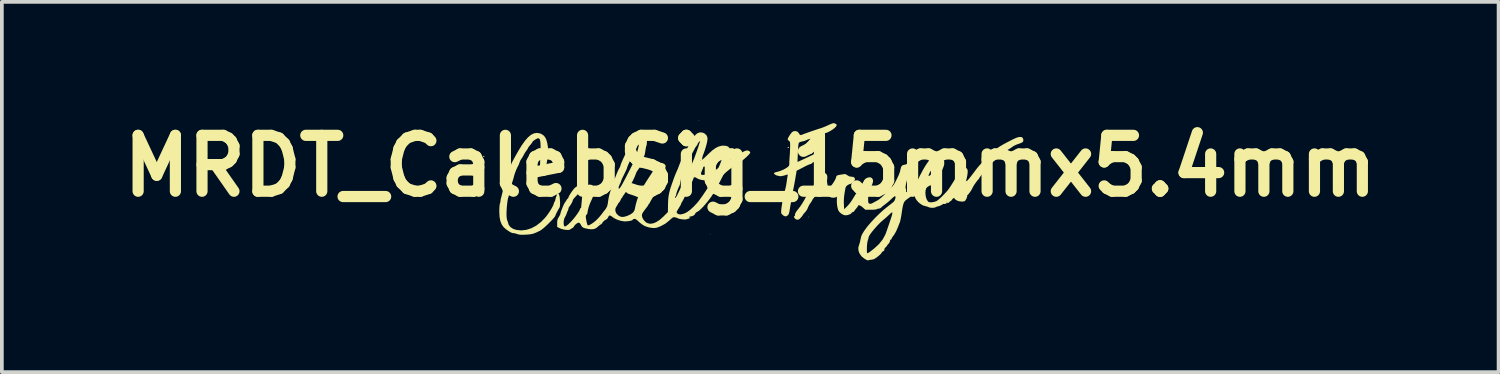
<source format=kicad_pcb>
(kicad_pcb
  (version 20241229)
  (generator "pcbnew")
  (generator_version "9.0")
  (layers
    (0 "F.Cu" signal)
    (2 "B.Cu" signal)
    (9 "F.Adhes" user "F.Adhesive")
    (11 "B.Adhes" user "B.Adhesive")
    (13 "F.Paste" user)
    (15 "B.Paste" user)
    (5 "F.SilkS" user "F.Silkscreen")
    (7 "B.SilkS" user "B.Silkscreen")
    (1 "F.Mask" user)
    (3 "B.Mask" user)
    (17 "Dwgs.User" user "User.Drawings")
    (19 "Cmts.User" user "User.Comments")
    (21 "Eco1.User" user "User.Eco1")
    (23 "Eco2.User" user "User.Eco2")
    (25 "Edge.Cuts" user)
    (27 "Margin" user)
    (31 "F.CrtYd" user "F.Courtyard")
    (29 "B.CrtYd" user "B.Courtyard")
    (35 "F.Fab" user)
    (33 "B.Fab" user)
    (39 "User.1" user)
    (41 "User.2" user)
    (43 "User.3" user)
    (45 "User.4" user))
  (footprint "MRDT_CalebSig_15mmx5.4mm"
    (layer "F.Cu")
    (at 17.086 1.404)
    (property "Reference" "MRDT_CalebSig_15mmx5.4mm" (at 0 0 0) (layer "F.SilkS") (effects (font (size 1.5 1.5) (thickness 0.3))))
    (attr board_only exclude_from_pos_files exclude_from_bom)
    (fp_poly (pts (xy -1.371 -1.228) (xy -1.378 -1.22) (xy -1.386 -1.228) (xy -1.378 -1.235)) (stroke (width 0) (type solid)) (fill yes) (layer "F.SilkS"))
    (fp_poly (pts (xy -1.07 1.83) (xy -1.077 1.838) (xy -1.085 1.83) (xy -1.077 1.823)) (stroke (width 0) (type solid)) (fill yes) (layer "F.SilkS"))
    (fp_poly (pts (xy 1.562 1.361) (xy 1.564 1.379) (xy 1.562 1.381) (xy 1.553 1.379) (xy 1.552 1.371) (xy 1.557 1.359)) (stroke (width 0) (type solid)) (fill yes) (layer "F.SilkS"))
    (fp_poly (pts (xy -7.132 -0.264) (xy -7.133 -0.256) (xy -7.153 -0.242) (xy -7.157 -0.241) (xy -7.171 -0.253) (xy -7.171 -0.256) (xy -7.159 -0.269) (xy -7.148 -0.271)) (stroke (width 0) (type solid)) (fill yes) (layer "F.SilkS"))
    (fp_poly (pts (xy 1.037 -0.504) (xy 1.04 -0.497) (xy 1.029 -0.483) (xy 1.025 -0.482) (xy 1.005 -0.493) (xy 1.002 -0.497) (xy 1.005 -0.51) (xy 1.016 -0.512)) (stroke (width 0) (type solid)) (fill yes) (layer "F.SilkS"))
    (fp_poly (pts (xy 2.257 -1.146) (xy 2.275 -1.14) (xy 2.311 -1.119) (xy 2.32 -1.09) (xy 2.301 -1.055) (xy 2.255 -1.011) (xy 2.209 -0.977) (xy 2.154 -0.942) (xy 2.103 -0.914) (xy 2.064 -0.897) (xy 2.058 -0.895) (xy 2.01 -0.878) (xy 1.971 -0.857) (xy 1.939 -0.838) (xy 1.918 -0.832) (xy 1.917 -0.832) (xy 1.897 -0.829) (xy 1.859 -0.816) (xy 1.83 -0.804) (xy 1.764 -0.778) (xy 1.694 -0.753) (xy 1.629 -0.732) (xy 1.581 -0.72) (xy 1.574 -0.719) (xy 1.54 -0.708) (xy 1.499 -0.69) (xy 1.496 -0.688) (xy 1.456 -0.671) (xy 1.424 -0.663) (xy 1.422 -0.663) (xy 1.39 -0.658) (xy 1.348 -0.646) (xy 1.347 -0.645) (xy 1.319 -0.633) (xy 1.304 -0.617) (xy 1.295 -0.588) (xy 1.29 -0.538) (xy 1.289 -0.536) (xy 1.285 -0.481) (xy 1.281 -0.408) (xy 1.277 -0.327) (xy 1.275 -0.276) (xy 1.268 -0.107) (xy 1.346 -0.142) (xy 1.483 -0.205) (xy 1.594 -0.258) (xy 1.683 -0.302) (xy 1.751 -0.339) (xy 1.78 -0.355) (xy 1.836 -0.388) (xy 1.875 -0.403) (xy 1.903 -0.402) (xy 1.926 -0.386) (xy 1.935 -0.378) (xy 1.953 -0.339) (xy 1.942 -0.294) (xy 1.904 -0.246) (xy 1.867 -0.214) (xy 1.822 -0.18) (xy 1.781 -0.148) (xy 1.765 -0.135) (xy 1.732 -0.114) (xy 1.707 -0.105) (xy 1.679 -0.094) (xy 1.664 -0.079) (xy 1.64 -0.058) (xy 1.625 -0.052) (xy 1.599 -0.046) (xy 1.557 -0.029) (xy 1.51 -0.008) (xy 1.468 0.013) (xy 1.461 0.017) (xy 1.437 0.03) (xy 1.395 0.052) (xy 1.344 0.078) (xy 1.342 0.079) (xy 1.245 0.128) (xy 1.225 0.249) (xy 1.198 0.407) (xy 1.173 0.541) (xy 1.152 0.648) (xy 1.133 0.728) (xy 1.121 0.771) (xy 1.109 0.819) (xy 1.105 0.86) (xy 1.107 0.873) (xy 1.109 0.909) (xy 1.102 0.952) (xy 1.102 0.953) (xy 1.093 0.989) (xy 1.081 1.046) (xy 1.07 1.113) (xy 1.064 1.149) (xy 1.052 1.222) (xy 1.04 1.271) (xy 1.027 1.302) (xy 1.01 1.323) (xy 1.007 1.326) (xy 0.969 1.35) (xy 0.933 1.352) (xy 0.89 1.331) (xy 0.878 1.322) (xy 0.839 1.284) (xy 0.829 1.25) (xy 0.832 1.182) (xy 0.843 1.093) (xy 0.859 0.989) (xy 0.88 0.878) (xy 0.904 0.766) (xy 0.929 0.662) (xy 0.942 0.618) (xy 0.953 0.57) (xy 0.966 0.505) (xy 0.977 0.435) (xy 0.979 0.422) (xy 0.988 0.358) (xy 0.996 0.303) (xy 1.002 0.265) (xy 1.003 0.258) (xy 1.005 0.233) (xy 0.992 0.23) (xy 0.984 0.233) (xy 0.938 0.249) (xy 0.886 0.263) (xy 0.838 0.272) (xy 0.803 0.276) (xy 0.792 0.275) (xy 0.766 0.267) (xy 0.745 0.264) (xy 0.711 0.256) (xy 0.674 0.237) (xy 0.646 0.214) (xy 0.636 0.194) (xy 0.636 0.192) (xy 0.653 0.18) (xy 0.69 0.167) (xy 0.724 0.158) (xy 0.79 0.14) (xy 0.859 0.112) (xy 0.926 0.08) (xy 0.984 0.045) (xy 1.024 0.013) (xy 1.04 -0.009) (xy 1.049 -0.041) (xy 1.049 -0.058) (xy 1.048 -0.076) (xy 1.049 -0.118) (xy 1.052 -0.176) (xy 1.056 -0.226) (xy 1.062 -0.311) (xy 1.067 -0.404) (xy 1.07 -0.488) (xy 1.071 -0.516) (xy 1.071 -0.581) (xy 1.069 -0.622) (xy 1.062 -0.648) (xy 1.05 -0.666) (xy 1.033 -0.679) (xy 1.014 -0.696) (xy 1.005 -0.712) (xy 1.008 -0.733) (xy 1.023 -0.765) (xy 1.052 -0.813) (xy 1.074 -0.847) (xy 1.115 -0.901) (xy 1.156 -0.929) (xy 1.204 -0.937) (xy 1.22 -0.935) (xy 1.272 -0.918) (xy 1.306 -0.877) (xy 1.312 -0.863) (xy 1.334 -0.837) (xy 1.365 -0.828) (xy 1.391 -0.838) (xy 1.407 -0.846) (xy 1.447 -0.861) (xy 1.505 -0.882) (xy 1.574 -0.907) (xy 1.65 -0.933) (xy 1.727 -0.959) (xy 1.8 -0.984) (xy 1.863 -1.004) (xy 1.899 -1.015) (xy 1.944 -1.031) (xy 2.005 -1.055) (xy 2.072 -1.085) (xy 2.098 -1.096) (xy 2.161 -1.125) (xy 2.203 -1.141) (xy 2.233 -1.148)) (stroke (width 0) (type solid)) (fill yes) (layer "F.SilkS"))
    (fp_poly (pts (xy -5.644 -0.873) (xy -5.61 -0.86) (xy -5.553 -0.825) (xy -5.508 -0.775) (xy -5.474 -0.707) (xy -5.448 -0.617) (xy -5.429 -0.501) (xy -5.427 -0.452) (xy -5.429 -0.383) (xy -5.434 -0.304) (xy -5.442 -0.221) (xy -5.451 -0.145) (xy -5.461 -0.082) (xy -5.471 -0.043) (xy -5.478 -0.011) (xy -5.484 0.043) (xy -5.488 0.107) (xy -5.489 0.13) (xy -5.49 0.194) (xy -5.493 0.233) (xy -5.499 0.255) (xy -5.51 0.264) (xy -5.528 0.268) (xy -5.531 0.268) (xy -5.565 0.263) (xy -5.6 0.237) (xy -5.611 0.224) (xy -5.63 0.2) (xy -5.642 0.178) (xy -5.648 0.151) (xy -5.649 0.111) (xy -5.647 0.05) (xy -5.645 0.023) (xy -5.637 -0.156) (xy -5.631 -0.308) (xy -5.627 -0.433) (xy -5.627 -0.534) (xy -5.63 -0.613) (xy -5.637 -0.671) (xy -5.648 -0.711) (xy -5.664 -0.734) (xy -5.684 -0.743) (xy -5.711 -0.74) (xy -5.742 -0.725) (xy -5.78 -0.702) (xy -5.785 -0.699) (xy -5.82 -0.673) (xy -5.842 -0.651) (xy -5.845 -0.644) (xy -5.855 -0.626) (xy -5.879 -0.593) (xy -5.906 -0.561) (xy -5.938 -0.523) (xy -5.959 -0.492) (xy -5.966 -0.478) (xy -5.975 -0.459) (xy -5.996 -0.426) (xy -6.01 -0.408) (xy -6.044 -0.359) (xy -6.075 -0.305) (xy -6.081 -0.293) (xy -6.107 -0.244) (xy -6.137 -0.198) (xy -6.142 -0.191) (xy -6.169 -0.149) (xy -6.191 -0.097) (xy -6.194 -0.086) (xy -6.213 -0.035) (xy -6.236 0.011) (xy -6.241 0.018) (xy -6.257 0.05) (xy -6.28 0.101) (xy -6.303 0.16) (xy -6.324 0.218) (xy -6.338 0.266) (xy -6.341 0.279) (xy -6.349 0.31) (xy -6.362 0.357) (xy -6.378 0.408) (xy -6.392 0.453) (xy -6.403 0.48) (xy -6.403 0.482) (xy -6.419 0.523) (xy -6.436 0.589) (xy -6.454 0.672) (xy -6.464 0.723) (xy -6.474 0.777) (xy -6.486 0.822) (xy -6.494 0.844) (xy -6.503 0.875) (xy -6.513 0.928) (xy -6.522 0.998) (xy -6.531 1.077) (xy -6.537 1.159) (xy -6.541 1.236) (xy -6.542 1.301) (xy -6.542 1.307) (xy -6.539 1.369) (xy -6.532 1.424) (xy -6.523 1.46) (xy -6.521 1.465) (xy -6.506 1.5) (xy -6.501 1.522) (xy -6.481 1.585) (xy -6.435 1.641) (xy -6.368 1.686) (xy -6.285 1.715) (xy -6.281 1.716) (xy -6.146 1.73) (xy -6.01 1.715) (xy -5.875 1.672) (xy -5.744 1.602) (xy -5.618 1.505) (xy -5.5 1.384) (xy -5.454 1.326) (xy -5.406 1.259) (xy -5.361 1.19) (xy -5.322 1.123) (xy -5.292 1.065) (xy -5.275 1.022) (xy -5.272 1.008) (xy -5.263 0.98) (xy -5.25 0.958) (xy -5.232 0.92) (xy -5.228 0.895) (xy -5.221 0.858) (xy -5.206 0.821) (xy -5.193 0.785) (xy -5.193 0.759) (xy -5.191 0.742) (xy -5.172 0.739) (xy -5.148 0.751) (xy -5.136 0.762) (xy -5.124 0.791) (xy -5.114 0.842) (xy -5.108 0.905) (xy -5.104 0.973) (xy -5.105 1.036) (xy -5.11 1.088) (xy -5.119 1.118) (xy -5.12 1.12) (xy -5.137 1.145) (xy -5.159 1.185) (xy -5.184 1.232) (xy -5.207 1.277) (xy -5.223 1.313) (xy -5.228 1.328) (xy -5.238 1.351) (xy -5.268 1.39) (xy -5.311 1.44) (xy -5.365 1.496) (xy -5.424 1.555) (xy -5.485 1.613) (xy -5.542 1.664) (xy -5.593 1.705) (xy -5.632 1.732) (xy -5.637 1.735) (xy -5.719 1.775) (xy -5.784 1.803) (xy -5.84 1.822) (xy -5.898 1.833) (xy -5.965 1.84) (xy -6.019 1.844) (xy -6.098 1.847) (xy -6.156 1.847) (xy -6.201 1.842) (xy -6.242 1.832) (xy -6.266 1.824) (xy -6.313 1.81) (xy -6.351 1.802) (xy -6.365 1.803) (xy -6.391 1.799) (xy -6.432 1.78) (xy -6.483 1.75) (xy -6.536 1.713) (xy -6.585 1.674) (xy -6.624 1.636) (xy -6.624 1.636) (xy -6.673 1.564) (xy -6.708 1.475) (xy -6.728 1.366) (xy -6.735 1.232) (xy -6.735 1.197) (xy -6.733 1.128) (xy -6.729 1.068) (xy -6.723 1.025) (xy -6.719 1.009) (xy -6.706 0.97) (xy -6.704 0.947) (xy -6.7 0.908) (xy -6.69 0.867) (xy -6.682 0.836) (xy -6.668 0.782) (xy -6.651 0.712) (xy -6.633 0.634) (xy -6.627 0.61) (xy -6.599 0.492) (xy -6.569 0.382) (xy -6.541 0.285) (xy -6.514 0.204) (xy -6.491 0.143) (xy -6.472 0.107) (xy -6.469 0.104) (xy -6.452 0.079) (xy -6.45 0.066) (xy -6.447 0.041) (xy -6.444 0.03) (xy -6.433 -0.002) (xy -6.423 -0.03) (xy -6.407 -0.068) (xy -6.378 -0.127) (xy -6.339 -0.199) (xy -6.294 -0.281) (xy -6.246 -0.366) (xy -6.197 -0.449) (xy -6.151 -0.525) (xy -6.135 -0.55) (xy -6.047 -0.674) (xy -5.964 -0.769) (xy -5.883 -0.836) (xy -5.804 -0.875) (xy -5.724 -0.887)) (stroke (width 0) (type solid)) (fill yes) (layer "F.SilkS"))
    (fp_poly (pts (xy 7.276 -0.777) (xy 7.312 -0.754) (xy 7.329 -0.71) (xy 7.33 -0.695) (xy 7.327 -0.664) (xy 7.309 -0.64) (xy 7.272 -0.618) (xy 7.212 -0.596) (xy 7.19 -0.589) (xy 7.13 -0.566) (xy 7.072 -0.537) (xy 7.04 -0.516) (xy 6.992 -0.482) (xy 6.943 -0.451) (xy 6.93 -0.444) (xy 6.887 -0.42) (xy 6.84 -0.391) (xy 6.801 -0.364) (xy 6.779 -0.346) (xy 6.763 -0.334) (xy 6.731 -0.312) (xy 6.715 -0.301) (xy 6.682 -0.277) (xy 6.661 -0.259) (xy 6.659 -0.254) (xy 6.649 -0.24) (xy 6.622 -0.211) (xy 6.582 -0.172) (xy 6.566 -0.156) (xy 6.483 -0.077) (xy 6.418 -0.013) (xy 6.367 0.041) (xy 6.325 0.088) (xy 6.289 0.133) (xy 6.263 0.168) (xy 6.226 0.218) (xy 6.194 0.26) (xy 6.172 0.288) (xy 6.17 0.29) (xy 6.152 0.316) (xy 6.147 0.33) (xy 6.137 0.348) (xy 6.135 0.349) (xy 6.117 0.366) (xy 6.088 0.401) (xy 6.054 0.447) (xy 6.019 0.497) (xy 5.989 0.544) (xy 5.969 0.581) (xy 5.967 0.588) (xy 5.948 0.625) (xy 5.921 0.67) (xy 5.89 0.715) (xy 5.86 0.754) (xy 5.837 0.778) (xy 5.828 0.783) (xy 5.821 0.794) (xy 5.824 0.803) (xy 5.821 0.827) (xy 5.807 0.865) (xy 5.797 0.887) (xy 5.774 0.926) (xy 5.753 0.946) (xy 5.72 0.954) (xy 5.687 0.956) (xy 5.627 0.952) (xy 5.568 0.936) (xy 5.52 0.913) (xy 5.491 0.885) (xy 5.489 0.881) (xy 5.471 0.86) (xy 5.446 0.868) (xy 5.416 0.904) (xy 5.392 0.934) (xy 5.371 0.949) (xy 5.369 0.949) (xy 5.349 0.961) (xy 5.343 0.972) (xy 5.323 0.989) (xy 5.297 0.994) (xy 5.264 1) (xy 5.249 1.011) (xy 5.228 1.021) (xy 5.203 1.02) (xy 5.176 1.019) (xy 5.167 1.025) (xy 5.155 1.037) (xy 5.124 1.053) (xy 5.086 1.07) (xy 5.05 1.083) (xy 5.027 1.087) (xy 5.026 1.087) (xy 5.005 1.092) (xy 4.995 1.099) (xy 4.958 1.115) (xy 4.905 1.123) (xy 4.848 1.122) (xy 4.8 1.111) (xy 4.791 1.108) (xy 4.746 1.089) (xy 4.704 1.079) (xy 4.64 1.061) (xy 4.575 1.023) (xy 4.513 0.973) (xy 4.462 0.914) (xy 4.427 0.855) (xy 4.414 0.801) (xy 4.41 0.777) (xy 4.396 0.771) (xy 4.367 0.783) (xy 4.32 0.814) (xy 4.275 0.846) (xy 4.233 0.875) (xy 4.218 0.886) (xy 4.182 0.913) (xy 4.153 0.94) (xy 4.131 0.971) (xy 4.113 1.013) (xy 4.098 1.068) (xy 4.083 1.142) (xy 4.068 1.239) (xy 4.061 1.288) (xy 4.049 1.361) (xy 4.036 1.429) (xy 4.024 1.482) (xy 4.017 1.507) (xy 4 1.548) (xy 3.978 1.605) (xy 3.957 1.659) (xy 3.913 1.759) (xy 3.863 1.846) (xy 3.82 1.902) (xy 3.801 1.932) (xy 3.796 1.951) (xy 3.784 1.971) (xy 3.774 1.974) (xy 3.756 1.987) (xy 3.751 2.012) (xy 3.74 2.05) (xy 3.714 2.085) (xy 3.688 2.112) (xy 3.676 2.131) (xy 3.676 2.132) (xy 3.666 2.149) (xy 3.641 2.175) (xy 3.638 2.178) (xy 3.613 2.205) (xy 3.602 2.224) (xy 3.602 2.225) (xy 3.599 2.263) (xy 3.57 2.289) (xy 3.563 2.293) (xy 3.535 2.311) (xy 3.525 2.328) (xy 3.519 2.343) (xy 3.498 2.366) (xy 3.46 2.401) (xy 3.401 2.449) (xy 3.388 2.459) (xy 3.325 2.5) (xy 3.266 2.515) (xy 3.253 2.516) (xy 3.211 2.521) (xy 3.18 2.53) (xy 3.158 2.534) (xy 3.125 2.524) (xy 3.077 2.497) (xy 3.068 2.491) (xy 2.992 2.431) (xy 2.938 2.358) (xy 2.906 2.279) (xy 2.903 2.234) (xy 3.13 2.234) (xy 3.132 2.324) (xy 3.136 2.338) (xy 3.149 2.34) (xy 3.173 2.33) (xy 3.211 2.305) (xy 3.266 2.263) (xy 3.334 2.209) (xy 3.456 2.096) (xy 3.554 1.973) (xy 3.625 1.844) (xy 3.643 1.798) (xy 3.694 1.651) (xy 3.736 1.529) (xy 3.768 1.433) (xy 3.792 1.359) (xy 3.807 1.305) (xy 3.814 1.27) (xy 3.813 1.251) (xy 3.805 1.246) (xy 3.789 1.255) (xy 3.767 1.273) (xy 3.738 1.3) (xy 3.731 1.307) (xy 3.676 1.358) (xy 3.612 1.414) (xy 3.567 1.451) (xy 3.512 1.499) (xy 3.451 1.559) (xy 3.388 1.626) (xy 3.327 1.695) (xy 3.272 1.762) (xy 3.227 1.822) (xy 3.195 1.872) (xy 3.179 1.906) (xy 3.179 1.912) (xy 3.174 1.934) (xy 3.163 1.974) (xy 3.155 1.997) (xy 3.142 2.056) (xy 3.133 2.138) (xy 3.13 2.234) (xy 2.903 2.234) (xy 2.9 2.198) (xy 2.917 2.131) (xy 2.935 2.078) (xy 2.951 2.018) (xy 2.953 2.005) (xy 2.968 1.935) (xy 2.982 1.881) (xy 3.002 1.835) (xy 3.031 1.785) (xy 3.073 1.721) (xy 3.075 1.719) (xy 3.147 1.622) (xy 3.238 1.515) (xy 3.341 1.404) (xy 3.45 1.296) (xy 3.558 1.196) (xy 3.643 1.126) (xy 3.706 1.076) (xy 3.763 1.031) (xy 3.81 0.994) (xy 3.84 0.97) (xy 3.842 0.968) (xy 3.871 0.933) (xy 3.891 0.887) (xy 3.9 0.842) (xy 3.893 0.812) (xy 3.878 0.813) (xy 3.847 0.834) (xy 3.802 0.873) (xy 3.798 0.877) (xy 3.746 0.926) (xy 3.691 0.974) (xy 3.646 1.01) (xy 3.605 1.042) (xy 3.571 1.067) (xy 3.558 1.077) (xy 3.532 1.1) (xy 3.513 1.119) (xy 3.48 1.139) (xy 3.447 1.145) (xy 3.414 1.15) (xy 3.397 1.16) (xy 3.379 1.167) (xy 3.337 1.172) (xy 3.279 1.175) (xy 3.238 1.175) (xy 3.088 1.175) (xy 3.022 1.115) (xy 2.978 1.08) (xy 2.938 1.059) (xy 2.908 1.054) (xy 2.893 1.066) (xy 2.893 1.072) (xy 2.883 1.092) (xy 2.859 1.125) (xy 2.84 1.147) (xy 2.81 1.183) (xy 2.791 1.211) (xy 2.787 1.22) (xy 2.774 1.233) (xy 2.758 1.235) (xy 2.73 1.247) (xy 2.72 1.262) (xy 2.7 1.283) (xy 2.66 1.303) (xy 2.609 1.319) (xy 2.557 1.325) (xy 2.55 1.325) (xy 2.505 1.314) (xy 2.453 1.286) (xy 2.405 1.248) (xy 2.372 1.208) (xy 2.369 1.202) (xy 2.347 1.14) (xy 2.332 1.061) (xy 2.324 0.976) (xy 2.325 0.9) (xy 2.327 0.851) (xy 2.323 0.82) (xy 2.318 0.814) (xy 2.31 0.823) (xy 2.312 0.828) (xy 2.304 0.838) (xy 2.274 0.848) (xy 2.255 0.852) (xy 2.189 0.851) (xy 2.121 0.827) (xy 2.047 0.779) (xy 1.981 0.721) (xy 1.938 0.685) (xy 1.898 0.658) (xy 1.872 0.648) (xy 1.871 0.648) (xy 1.847 0.66) (xy 1.815 0.689) (xy 1.783 0.728) (xy 1.758 0.766) (xy 1.748 0.797) (xy 1.748 0.798) (xy 1.738 0.819) (xy 1.714 0.849) (xy 1.711 0.851) (xy 1.683 0.885) (xy 1.665 0.917) (xy 1.665 0.917) (xy 1.65 0.946) (xy 1.624 0.986) (xy 1.611 1.003) (xy 1.579 1.052) (xy 1.553 1.106) (xy 1.548 1.12) (xy 1.527 1.167) (xy 1.492 1.218) (xy 1.473 1.241) (xy 1.442 1.275) (xy 1.421 1.301) (xy 1.416 1.31) (xy 1.407 1.326) (xy 1.384 1.357) (xy 1.362 1.383) (xy 1.318 1.427) (xy 1.279 1.444) (xy 1.238 1.437) (xy 1.212 1.422) (xy 1.188 1.398) (xy 1.176 1.37) (xy 1.178 1.348) (xy 1.192 1.341) (xy 1.202 1.329) (xy 1.201 1.311) (xy 1.206 1.278) (xy 1.234 1.227) (xy 1.285 1.16) (xy 1.298 1.144) (xy 1.343 1.086) (xy 1.393 1.011) (xy 1.442 0.929) (xy 1.485 0.849) (xy 1.495 0.829) (xy 1.532 0.759) (xy 1.578 0.686) (xy 1.623 0.625) (xy 1.668 0.57) (xy 1.71 0.512) (xy 1.742 0.464) (xy 1.805 0.364) (xy 1.855 0.289) (xy 1.897 0.235) (xy 1.931 0.201) (xy 1.961 0.185) (xy 1.989 0.184) (xy 2.018 0.196) (xy 2.029 0.203) (xy 2.059 0.241) (xy 2.07 0.298) (xy 2.063 0.366) (xy 2.06 0.407) (xy 2.065 0.458) (xy 2.075 0.51) (xy 2.088 0.554) (xy 2.102 0.582) (xy 2.111 0.588) (xy 2.132 0.575) (xy 2.163 0.543) (xy 2.198 0.497) (xy 2.235 0.444) (xy 2.268 0.39) (xy 2.292 0.342) (xy 2.304 0.307) (xy 2.305 0.301) (xy 2.314 0.27) (xy 2.346 0.25) (xy 2.402 0.237) (xy 2.41 0.236) (xy 2.462 0.229) (xy 2.507 0.221) (xy 2.517 0.219) (xy 2.552 0.218) (xy 2.589 0.237) (xy 2.602 0.247) (xy 2.66 0.28) (xy 2.706 0.287) (xy 2.766 0.295) (xy 2.801 0.318) (xy 2.811 0.355) (xy 2.809 0.368) (xy 2.791 0.403) (xy 2.759 0.439) (xy 2.722 0.469) (xy 2.691 0.482) (xy 2.689 0.482) (xy 2.663 0.489) (xy 2.626 0.507) (xy 2.616 0.513) (xy 2.574 0.548) (xy 2.556 0.592) (xy 2.548 0.634) (xy 2.538 0.691) (xy 2.531 0.731) (xy 2.517 0.836) (xy 2.511 0.955) (xy 2.515 1.073) (xy 2.516 1.089) (xy 2.522 1.161) (xy 2.603 1.081) (xy 2.65 1.029) (xy 2.702 0.962) (xy 2.746 0.895) (xy 2.752 0.885) (xy 2.785 0.83) (xy 2.813 0.784) (xy 2.833 0.754) (xy 2.838 0.749) (xy 2.873 0.704) (xy 2.915 0.643) (xy 2.958 0.574) (xy 2.995 0.507) (xy 3.021 0.454) (xy 3.057 0.383) (xy 3.101 0.337) (xy 3.156 0.312) (xy 3.181 0.307) (xy 3.225 0.305) (xy 3.257 0.32) (xy 3.267 0.33) (xy 3.289 0.36) (xy 3.297 0.397) (xy 3.29 0.445) (xy 3.268 0.508) (xy 3.229 0.592) (xy 3.222 0.606) (xy 3.181 0.72) (xy 3.164 0.851) (xy 3.164 0.878) (xy 3.165 0.938) (xy 3.168 0.974) (xy 3.176 0.995) (xy 3.19 1.007) (xy 3.198 1.01) (xy 3.225 1.017) (xy 3.257 1.009) (xy 3.299 0.988) (xy 3.355 0.957) (xy 3.413 0.926) (xy 3.431 0.916) (xy 3.463 0.894) (xy 3.51 0.855) (xy 3.568 0.803) (xy 3.632 0.742) (xy 3.672 0.702) (xy 3.74 0.632) (xy 3.791 0.576) (xy 3.831 0.529) (xy 3.863 0.484) (xy 3.892 0.433) (xy 3.924 0.372) (xy 3.937 0.347) (xy 3.988 0.237) (xy 4.02 0.15) (xy 4.032 0.093) (xy 4.049 0.026) (xy 4.081 -0.015) (xy 4.127 -0.03) (xy 4.131 -0.03) (xy 4.166 -0.038) (xy 4.188 -0.048) (xy 4.214 -0.058) (xy 4.245 -0.052) (xy 4.27 -0.041) (xy 4.306 -0.02) (xy 4.321 0.004) (xy 4.324 0.038) (xy 4.317 0.08) (xy 4.301 0.135) (xy 4.281 0.185) (xy 4.247 0.264) (xy 4.218 0.345) (xy 4.195 0.425) (xy 4.178 0.497) (xy 4.169 0.556) (xy 4.169 0.596) (xy 4.177 0.612) (xy 4.184 0.632) (xy 4.182 0.665) (xy 4.179 0.695) (xy 4.188 0.701) (xy 4.192 0.698) (xy 4.287 0.639) (xy 4.358 0.588) (xy 4.41 0.541) (xy 4.447 0.495) (xy 4.472 0.446) (xy 4.482 0.421) (xy 4.502 0.369) (xy 4.535 0.299) (xy 4.554 0.26) (xy 4.786 0.26) (xy 4.792 0.271) (xy 4.813 0.262) (xy 4.841 0.238) (xy 4.842 0.237) (xy 4.868 0.206) (xy 4.897 0.162) (xy 4.926 0.112) (xy 4.949 0.065) (xy 4.964 0.027) (xy 4.966 0.006) (xy 4.965 0.004) (xy 4.95 0.005) (xy 4.945 0.012) (xy 4.93 0.034) (xy 4.901 0.065) (xy 4.889 0.077) (xy 4.862 0.108) (xy 4.835 0.148) (xy 4.811 0.192) (xy 4.794 0.232) (xy 4.786 0.26) (xy 4.554 0.26) (xy 4.576 0.219) (xy 4.621 0.134) (xy 4.667 0.052) (xy 4.71 -0.019) (xy 4.746 -0.072) (xy 4.754 -0.083) (xy 4.783 -0.123) (xy 4.805 -0.157) (xy 4.81 -0.169) (xy 4.835 -0.198) (xy 4.882 -0.225) (xy 4.944 -0.244) (xy 4.984 -0.251) (xy 5.066 -0.249) (xy 5.133 -0.224) (xy 5.18 -0.18) (xy 5.206 -0.119) (xy 5.207 -0.049) (xy 5.191 0.014) (xy 5.159 0.091) (xy 5.118 0.171) (xy 5.072 0.246) (xy 5.028 0.303) (xy 4.984 0.355) (xy 4.941 0.414) (xy 4.923 0.441) (xy 4.882 0.494) (xy 4.843 0.521) (xy 4.838 0.522) (xy 4.806 0.532) (xy 4.791 0.541) (xy 4.773 0.555) (xy 4.753 0.566) (xy 4.724 0.598) (xy 4.707 0.65) (xy 4.701 0.716) (xy 4.706 0.786) (xy 4.72 0.856) (xy 4.745 0.916) (xy 4.778 0.96) (xy 4.781 0.962) (xy 4.815 0.975) (xy 4.866 0.976) (xy 4.895 0.972) (xy 5.258 0.972) (xy 5.265 0.979) (xy 5.273 0.972) (xy 5.288 0.972) (xy 5.295 0.979) (xy 5.303 0.972) (xy 5.295 0.964) (xy 5.288 0.972) (xy 5.273 0.972) (xy 5.265 0.964) (xy 5.258 0.972) (xy 4.895 0.972) (xy 4.926 0.967) (xy 4.983 0.95) (xy 5.003 0.941) (xy 5.036 0.918) (xy 5.084 0.877) (xy 5.14 0.825) (xy 5.198 0.766) (xy 5.254 0.707) (xy 5.301 0.653) (xy 5.334 0.61) (xy 5.335 0.609) (xy 5.401 0.507) (xy 5.463 0.408) (xy 5.517 0.318) (xy 5.561 0.24) (xy 5.593 0.179) (xy 5.611 0.138) (xy 5.612 0.136) (xy 5.637 0.082) (xy 5.678 0.053) (xy 5.731 0.045) (xy 5.786 0.052) (xy 5.82 0.076) (xy 5.835 0.119) (xy 5.835 0.183) (xy 5.827 0.247) (xy 5.814 0.312) (xy 5.808 0.335) (xy 5.797 0.375) (xy 5.794 0.401) (xy 5.798 0.411) (xy 5.813 0.405) (xy 5.839 0.38) (xy 5.877 0.336) (xy 5.928 0.272) (xy 5.995 0.185) (xy 6.077 0.075) (xy 6.083 0.068) (xy 6.131 0.009) (xy 6.196 -0.063) (xy 6.275 -0.146) (xy 6.362 -0.233) (xy 6.452 -0.319) (xy 6.482 -0.347) (xy 6.734 -0.347) (xy 6.739 -0.332) (xy 6.741 -0.331) (xy 6.754 -0.342) (xy 6.757 -0.347) (xy 6.756 -0.36) (xy 6.75 -0.362) (xy 6.735 -0.351) (xy 6.734 -0.347) (xy 6.482 -0.347) (xy 6.54 -0.4) (xy 6.585 -0.439) (xy 6.621 -0.469) (xy 6.659 -0.498) (xy 6.702 -0.526) (xy 6.754 -0.557) (xy 6.819 -0.594) (xy 6.902 -0.638) (xy 7.007 -0.692) (xy 7.049 -0.714) (xy 7.145 -0.757) (xy 7.22 -0.778)) (stroke (width 0) (type solid)) (fill yes) (layer "F.SilkS"))
    (fp_poly (pts (xy -2.879 -0.899) (xy -2.842 -0.878) (xy -2.818 -0.855) (xy -2.795 -0.828) (xy -2.781 -0.802) (xy -2.774 -0.769) (xy -2.772 -0.72) (xy -2.772 -0.688) (xy -2.774 -0.629) (xy -2.778 -0.579) (xy -2.784 -0.548) (xy -2.786 -0.545) (xy -2.796 -0.515) (xy -2.806 -0.469) (xy -2.808 -0.452) (xy -2.82 -0.372) (xy -2.83 -0.316) (xy -2.841 -0.28) (xy -2.853 -0.258) (xy -2.855 -0.256) (xy -2.868 -0.227) (xy -2.879 -0.183) (xy -2.882 -0.169) (xy -2.898 -0.103) (xy -2.931 -0.026) (xy -2.975 0.052) (xy -3.013 0.105) (xy -3.042 0.147) (xy -3.062 0.187) (xy -3.065 0.196) (xy -3.079 0.235) (xy -3.1 0.287) (xy -3.126 0.343) (xy -3.151 0.396) (xy -3.172 0.437) (xy -3.187 0.459) (xy -3.187 0.459) (xy -3.202 0.479) (xy -3.227 0.517) (xy -3.258 0.567) (xy -3.267 0.583) (xy -3.304 0.645) (xy -3.345 0.707) (xy -3.38 0.757) (xy -3.382 0.76) (xy -3.411 0.8) (xy -3.43 0.831) (xy -3.435 0.844) (xy -3.444 0.858) (xy -3.447 0.859) (xy -3.459 0.871) (xy -3.475 0.903) (xy -3.477 0.909) (xy -3.499 0.952) (xy -3.525 0.986) (xy -3.525 0.987) (xy -3.548 1.012) (xy -3.555 1.028) (xy -3.564 1.048) (xy -3.585 1.08) (xy -3.593 1.09) (xy -3.62 1.148) (xy -3.62 1.21) (xy -3.596 1.27) (xy -3.549 1.322) (xy -3.507 1.35) (xy -3.454 1.368) (xy -3.395 1.367) (xy -3.321 1.347) (xy -3.301 1.34) (xy -3.211 1.298) (xy -3.147 1.251) (xy -3.109 1.196) (xy -3.095 1.145) (xy -3.086 1.099) (xy -3.071 1.034) (xy -3.051 0.959) (xy -3.028 0.885) (xy -3.025 0.875) (xy -2.998 0.797) (xy -2.963 0.717) (xy -2.918 0.63) (xy -2.861 0.531) (xy -2.789 0.415) (xy -2.734 0.331) (xy -2.684 0.255) (xy -2.639 0.185) (xy -2.602 0.126) (xy -2.575 0.084) (xy -2.562 0.063) (xy -2.513 -0.008) (xy -2.452 -0.058) (xy -2.429 -0.07) (xy -2.391 -0.083) (xy -2.36 -0.079) (xy -2.338 -0.069) (xy -2.298 -0.045) (xy -2.276 -0.021) (xy -2.27 0.011) (xy -2.281 0.055) (xy -2.308 0.117) (xy -2.321 0.143) (xy -2.339 0.185) (xy -2.349 0.219) (xy -2.35 0.227) (xy -2.36 0.258) (xy -2.367 0.267) (xy -2.377 0.279) (xy -2.388 0.301) (xy -2.403 0.336) (xy -2.423 0.388) (xy -2.449 0.461) (xy -2.484 0.559) (xy -2.488 0.571) (xy -2.534 0.689) (xy -2.584 0.792) (xy -2.648 0.899) (xy -2.651 0.904) (xy -2.676 0.946) (xy -2.692 0.979) (xy -2.695 0.991) (xy -2.706 1.008) (xy -2.712 1.009) (xy -2.726 1.021) (xy -2.727 1.026) (xy -2.735 1.048) (xy -2.756 1.08) (xy -2.757 1.082) (xy -2.813 1.155) (xy -2.853 1.209) (xy -2.88 1.248) (xy -2.896 1.276) (xy -2.904 1.298) (xy -2.907 1.319) (xy -2.908 1.334) (xy -2.895 1.389) (xy -2.863 1.446) (xy -2.816 1.498) (xy -2.771 1.53) (xy -2.697 1.551) (xy -2.616 1.544) (xy -2.526 1.509) (xy -2.43 1.447) (xy -2.328 1.356) (xy -2.321 1.349) (xy -2.216 1.243) (xy -1.977 1.243) (xy -1.971 1.259) (xy -1.964 1.268) (xy -1.921 1.296) (xy -1.863 1.301) (xy -1.789 1.283) (xy -1.737 1.262) (xy -1.673 1.224) (xy -1.598 1.165) (xy -1.517 1.09) (xy -1.437 1.004) (xy -1.411 0.975) (xy -1.369 0.922) (xy -1.321 0.855) (xy -1.267 0.78) (xy -1.213 0.699) (xy -1.159 0.618) (xy -1.11 0.54) (xy -1.067 0.47) (xy -1.035 0.413) (xy -1.015 0.373) (xy -1.009 0.356) (xy -1.014 0.35) (xy -1.03 0.351) (xy -1.064 0.359) (xy -1.12 0.375) (xy -1.132 0.379) (xy -1.186 0.386) (xy -1.254 0.383) (xy -1.325 0.371) (xy -1.388 0.352) (xy -1.428 0.331) (xy -1.468 0.307) (xy -1.501 0.303) (xy -1.52 0.317) (xy -1.522 0.329) (xy -1.528 0.349) (xy -1.546 0.392) (xy -1.573 0.451) (xy -1.607 0.523) (xy -1.645 0.602) (xy -1.685 0.685) (xy -1.725 0.765) (xy -1.763 0.839) (xy -1.795 0.902) (xy -1.82 0.948) (xy -1.836 0.973) (xy -1.837 0.975) (xy -1.852 1.003) (xy -1.853 1.013) (xy -1.861 1.034) (xy -1.882 1.072) (xy -1.911 1.121) (xy -1.921 1.137) (xy -1.953 1.189) (xy -1.971 1.222) (xy -1.977 1.243) (xy -2.216 1.243) (xy -2.21 1.238) (xy -2.207 1.03) (xy -2.203 0.912) (xy -2.195 0.836) (xy -2.019 0.836) (xy -2.015 0.857) (xy -2.002 0.852) (xy -1.981 0.822) (xy -1.95 0.764) (xy -1.925 0.712) (xy -1.892 0.642) (xy -1.85 0.556) (xy -1.806 0.462) (xy -1.763 0.371) (xy -1.755 0.354) (xy -1.716 0.272) (xy -1.69 0.218) (xy -1.322 0.218) (xy -1.305 0.238) (xy -1.265 0.242) (xy -1.2 0.229) (xy -1.183 0.225) (xy -1.119 0.203) (xy -1.05 0.174) (xy -0.981 0.139) (xy -0.921 0.103) (xy -0.875 0.071) (xy -0.851 0.044) (xy -0.835 0.011) (xy -0.816 -0.035) (xy -0.796 -0.085) (xy -0.78 -0.131) (xy -0.769 -0.163) (xy -0.767 -0.173) (xy -0.762 -0.19) (xy -0.751 -0.226) (xy -0.745 -0.243) (xy -0.729 -0.3) (xy -0.724 -0.351) (xy -0.728 -0.387) (xy -0.736 -0.398) (xy -0.763 -0.398) (xy -0.805 -0.377) (xy -0.86 -0.337) (xy -0.923 -0.282) (xy -0.952 -0.253) (xy -0.996 -0.211) (xy -1.03 -0.181) (xy -1.051 -0.168) (xy -1.056 -0.169) (xy -1.061 -0.173) (xy -1.07 -0.156) (xy -1.091 -0.126) (xy -1.126 -0.098) (xy -1.128 -0.096) (xy -1.166 -0.062) (xy -1.183 -0.027) (xy -1.197 0.007) (xy -1.224 0.018) (xy -1.244 0.017) (xy -1.259 0.027) (xy -1.261 0.034) (xy -1.267 0.058) (xy -1.283 0.097) (xy -1.293 0.12) (xy -1.318 0.179) (xy -1.322 0.218) (xy -1.69 0.218) (xy -1.677 0.191) (xy -1.643 0.12) (xy -1.617 0.065) (xy -1.611 0.051) (xy -1.589 0.003) (xy -1.573 -0.033) (xy -1.567 -0.05) (xy -1.567 -0.05) (xy -1.561 -0.067) (xy -1.547 -0.102) (xy -1.534 -0.131) (xy -1.529 -0.143) (xy -1.341 -0.143) (xy -1.333 -0.136) (xy -1.326 -0.143) (xy -1.333 -0.151) (xy -1.341 -0.143) (xy -1.529 -0.143) (xy -1.515 -0.175) (xy -1.502 -0.208) (xy -1.498 -0.218) (xy -1.491 -0.239) (xy -1.476 -0.28) (xy -1.456 -0.334) (xy -1.446 -0.362) (xy -1.422 -0.429) (xy -1.399 -0.495) (xy -1.382 -0.549) (xy -1.379 -0.56) (xy -1.365 -0.605) (xy -1.353 -0.638) (xy -1.349 -0.646) (xy -1.346 -0.661) (xy -1.349 -0.663) (xy -1.368 -0.652) (xy -1.392 -0.626) (xy -1.411 -0.597) (xy -1.416 -0.58) (xy -1.427 -0.555) (xy -1.439 -0.542) (xy -1.459 -0.518) (xy -1.484 -0.477) (xy -1.5 -0.446) (xy -1.532 -0.385) (xy -1.567 -0.32) (xy -1.582 -0.294) (xy -1.607 -0.248) (xy -1.623 -0.21) (xy -1.627 -0.194) (xy -1.634 -0.167) (xy -1.652 -0.126) (xy -1.665 -0.103) (xy -1.687 -0.06) (xy -1.7 -0.023) (xy -1.702 -0.011) (xy -1.709 0.011) (xy -1.717 0.015) (xy -1.73 0.028) (xy -1.743 0.061) (xy -1.747 0.073) (xy -1.765 0.118) (xy -1.789 0.154) (xy -1.793 0.158) (xy -1.816 0.195) (xy -1.823 0.229) (xy -1.83 0.276) (xy -1.844 0.313) (xy -1.858 0.353) (xy -1.871 0.406) (xy -1.875 0.428) (xy -1.884 0.476) (xy -1.894 0.515) (xy -1.898 0.526) (xy -1.926 0.584) (xy -1.952 0.648) (xy -1.973 0.707) (xy -1.986 0.754) (xy -1.989 0.774) (xy -1.994 0.803) (xy -2.004 0.814) (xy -2.017 0.826) (xy -2.019 0.836) (xy -2.195 0.836) (xy -2.192 0.811) (xy -2.174 0.715) (xy -2.146 0.612) (xy -2.108 0.498) (xy -2.085 0.433) (xy -2.06 0.362) (xy -2.049 0.331) (xy -2.028 0.274) (xy -2 0.205) (xy -1.973 0.143) (xy -1.946 0.081) (xy -1.921 0.018) (xy -1.903 -0.03) (xy -1.884 -0.078) (xy -1.854 -0.144) (xy -1.816 -0.225) (xy -1.772 -0.315) (xy -1.725 -0.409) (xy -1.677 -0.502) (xy -1.63 -0.591) (xy -1.588 -0.668) (xy -1.552 -0.731) (xy -1.525 -0.773) (xy -1.516 -0.786) (xy -1.477 -0.827) (xy -1.437 -0.863) (xy -1.42 -0.876) (xy -1.358 -0.9) (xy -1.293 -0.899) (xy -1.231 -0.875) (xy -1.181 -0.83) (xy -1.168 -0.81) (xy -1.153 -0.776) (xy -1.147 -0.743) (xy -1.149 -0.701) (xy -1.155 -0.66) (xy -1.169 -0.594) (xy -1.192 -0.511) (xy -1.22 -0.42) (xy -1.251 -0.333) (xy -1.267 -0.294) (xy -1.278 -0.258) (xy -1.289 -0.213) (xy -1.289 -0.211) (xy -1.295 -0.178) (xy -1.291 -0.168) (xy -1.275 -0.179) (xy -1.271 -0.181) (xy -1.25 -0.2) (xy -1.212 -0.235) (xy -1.164 -0.281) (xy -1.115 -0.329) (xy -1.02 -0.416) (xy -0.935 -0.478) (xy -0.856 -0.519) (xy -0.777 -0.541) (xy -0.721 -0.545) (xy -0.645 -0.539) (xy -0.59 -0.517) (xy -0.553 -0.473) (xy -0.53 -0.414) (xy -0.519 -0.366) (xy -0.518 -0.323) (xy -0.526 -0.272) (xy -0.531 -0.254) (xy -0.541 -0.206) (xy -0.541 -0.177) (xy -0.529 -0.167) (xy -0.502 -0.176) (xy -0.456 -0.204) (xy -0.394 -0.247) (xy -0.299 -0.312) (xy -0.224 -0.36) (xy -0.165 -0.392) (xy -0.12 -0.41) (xy -0.085 -0.416) (xy -0.073 -0.416) (xy -0.029 -0.401) (xy -0.003 -0.374) (xy -0.000231 -0.359) (xy -0.011 -0.335) (xy -0.043 -0.298) (xy -0.09 -0.251) (xy -0.147 -0.199) (xy -0.211 -0.146) (xy -0.277 -0.095) (xy -0.339 -0.051) (xy -0.394 -0.017) (xy -0.407 -0.011) (xy -0.453 0.015) (xy -0.494 0.043) (xy -0.497 0.045) (xy -0.576 0.108) (xy -0.635 0.156) (xy -0.677 0.194) (xy -0.705 0.223) (xy -0.725 0.249) (xy -0.733 0.264) (xy -0.751 0.299) (xy -0.779 0.353) (xy -0.812 0.418) (xy -0.84 0.473) (xy -0.874 0.536) (xy -0.904 0.588) (xy -0.928 0.624) (xy -0.942 0.638) (xy -0.962 0.659) (xy -0.964 0.67) (xy -0.974 0.705) (xy -1.002 0.758) (xy -1.044 0.822) (xy -1.096 0.894) (xy -1.155 0.969) (xy -1.217 1.042) (xy -1.278 1.11) (xy -1.335 1.166) (xy -1.383 1.208) (xy -1.415 1.227) (xy -1.454 1.25) (xy -1.475 1.273) (xy -1.476 1.28) (xy -1.49 1.305) (xy -1.522 1.331) (xy -1.565 1.349) (xy -1.603 1.356) (xy -1.634 1.362) (xy -1.641 1.375) (xy -1.623 1.388) (xy -1.616 1.39) (xy -1.606 1.396) (xy -1.624 1.404) (xy -1.635 1.407) (xy -1.675 1.419) (xy -1.702 1.43) (xy -1.733 1.436) (xy -1.783 1.436) (xy -1.839 1.431) (xy -1.892 1.422) (xy -1.93 1.411) (xy -1.936 1.408) (xy -1.972 1.391) (xy -2.017 1.379) (xy -2.019 1.379) (xy -2.046 1.375) (xy -2.07 1.38) (xy -2.096 1.396) (xy -2.132 1.427) (xy -2.165 1.458) (xy -2.276 1.547) (xy -2.406 1.618) (xy -2.504 1.656) (xy -2.569 1.666) (xy -2.65 1.662) (xy -2.736 1.645) (xy -2.817 1.618) (xy -2.85 1.602) (xy -2.905 1.567) (xy -2.964 1.521) (xy -3.002 1.487) (xy -3.046 1.447) (xy -3.079 1.426) (xy -3.106 1.421) (xy -3.116 1.421) (xy -3.144 1.43) (xy -3.153 1.442) (xy -3.164 1.455) (xy -3.198 1.468) (xy -3.247 1.478) (xy -3.304 1.485) (xy -3.36 1.488) (xy -3.39 1.487) (xy -3.476 1.472) (xy -3.565 1.444) (xy -3.645 1.406) (xy -3.698 1.369) (xy -3.745 1.336) (xy -3.778 1.328) (xy -3.8 1.347) (xy -3.805 1.36) (xy -3.823 1.395) (xy -3.851 1.427) (xy -3.879 1.445) (xy -3.885 1.446) (xy -3.906 1.457) (xy -3.912 1.466) (xy -3.934 1.486) (xy -3.962 1.504) (xy -3.98 1.514) (xy -3.973 1.515) (xy -3.972 1.514) (xy -3.956 1.512) (xy -3.96 1.522) (xy -3.979 1.544) (xy -4.006 1.569) (xy -4.026 1.581) (xy -4.027 1.582) (xy -4.044 1.591) (xy -4.074 1.616) (xy -4.093 1.634) (xy -4.148 1.676) (xy -4.211 1.697) (xy -4.287 1.699) (xy -4.346 1.691) (xy -4.421 1.676) (xy -4.473 1.66) (xy -4.507 1.638) (xy -4.531 1.608) (xy -4.544 1.583) (xy -4.57 1.54) (xy -4.596 1.523) (xy -4.605 1.522) (xy -4.639 1.533) (xy -4.678 1.56) (xy -4.714 1.596) (xy -4.735 1.631) (xy -4.756 1.657) (xy -4.781 1.672) (xy -4.813 1.688) (xy -4.828 1.702) (xy -4.851 1.714) (xy -4.895 1.718) (xy -4.952 1.715) (xy -5.013 1.705) (xy -5.072 1.689) (xy -5.105 1.675) (xy -5.182 1.637) (xy -5.182 1.538) (xy -5.182 1.536) (xy -5.009 1.536) (xy -5.001 1.594) (xy -4.991 1.616) (xy -4.971 1.625) (xy -4.934 1.607) (xy -4.881 1.565) (xy -4.813 1.498) (xy -4.802 1.487) (xy -4.75 1.428) (xy -4.698 1.364) (xy -4.65 1.298) (xy -4.609 1.238) (xy -4.58 1.187) (xy -4.566 1.152) (xy -4.565 1.146) (xy -4.555 1.131) (xy -4.551 1.13) (xy -4.539 1.117) (xy -4.536 1.104) (xy -4.535 1.071) (xy -4.53 1.027) (xy -4.53 1.024) (xy -4.526 0.986) (xy -4.521 0.927) (xy -4.515 0.859) (xy -4.512 0.827) (xy -4.507 0.747) (xy -4.51 0.695) (xy -4.52 0.669) (xy -4.538 0.669) (xy -4.567 0.692) (xy -4.59 0.717) (xy -4.632 0.764) (xy -4.68 0.815) (xy -4.701 0.836) (xy -4.734 0.873) (xy -4.756 0.903) (xy -4.761 0.917) (xy -4.768 0.945) (xy -4.788 0.987) (xy -4.814 1.034) (xy -4.842 1.075) (xy -4.855 1.091) (xy -4.875 1.126) (xy -4.881 1.152) (xy -4.887 1.185) (xy -4.894 1.198) (xy -4.907 1.221) (xy -4.922 1.26) (xy -4.926 1.273) (xy -4.943 1.317) (xy -4.96 1.351) (xy -4.963 1.356) (xy -4.989 1.405) (xy -5.005 1.469) (xy -5.009 1.536) (xy -5.182 1.536) (xy -5.18 1.478) (xy -5.171 1.434) (xy -5.152 1.394) (xy -5.137 1.371) (xy -5.112 1.326) (xy -5.095 1.286) (xy -5.092 1.27) (xy -5.086 1.244) (xy -5.071 1.199) (xy -5.05 1.145) (xy -5.027 1.088) (xy -5.004 1.036) (xy -4.984 0.997) (xy -4.972 0.979) (xy -4.958 0.962) (xy -4.939 0.929) (xy -4.936 0.923) (xy -4.915 0.891) (xy -4.898 0.874) (xy -4.896 0.874) (xy -4.883 0.861) (xy -4.881 0.849) (xy -4.872 0.824) (xy -4.85 0.782) (xy -4.817 0.73) (xy -4.78 0.676) (xy -4.743 0.627) (xy -4.71 0.589) (xy -4.705 0.585) (xy -4.638 0.535) (xy -4.564 0.509) (xy -4.499 0.507) (xy -4.46 0.516) (xy -4.437 0.527) (xy -4.435 0.529) (xy -4.418 0.532) (xy -4.387 0.521) (xy -4.384 0.52) (xy -4.32 0.499) (xy -4.263 0.507) (xy -4.228 0.528) (xy -4.205 0.55) (xy -4.193 0.576) (xy -4.189 0.616) (xy -4.188 0.648) (xy -4.191 0.705) (xy -4.199 0.756) (xy -4.205 0.779) (xy -4.221 0.821) (xy -4.233 0.851) (xy -4.245 0.881) (xy -4.265 0.926) (xy -4.283 0.964) (xy -4.31 1.03) (xy -4.336 1.104) (xy -4.355 1.176) (xy -4.367 1.237) (xy -4.369 1.262) (xy -4.378 1.292) (xy -4.392 1.305) (xy -4.409 1.326) (xy -4.414 1.361) (xy -4.411 1.4) (xy -4.402 1.451) (xy -4.391 1.506) (xy -4.378 1.554) (xy -4.367 1.586) (xy -4.363 1.593) (xy -4.342 1.594) (xy -4.305 1.579) (xy -4.27 1.559) (xy -4.022 1.559) (xy -4.015 1.567) (xy -4.007 1.559) (xy -4.015 1.552) (xy -4.022 1.559) (xy -4.27 1.559) (xy -4.257 1.552) (xy -4.246 1.544) (xy -4.053 1.544) (xy -4.045 1.552) (xy -4.037 1.544) (xy -4.045 1.537) (xy -4.053 1.544) (xy -4.246 1.544) (xy -4.204 1.516) (xy -4.152 1.474) (xy -4.147 1.469) (xy -4.095 1.419) (xy -4.04 1.358) (xy -3.997 1.306) (xy -3.956 1.251) (xy -3.914 1.197) (xy -3.881 1.156) (xy -3.841 1.085) (xy -3.825 1.02) (xy -3.813 0.933) (xy -3.801 0.86) (xy -3.787 0.793) (xy -3.769 0.726) (xy -3.746 0.651) (xy -3.724 0.585) (xy -3.534 0.585) (xy -3.533 0.6) (xy -3.525 0.61) (xy -3.511 0.605) (xy -3.492 0.583) (xy -3.465 0.542) (xy -3.429 0.479) (xy -3.383 0.393) (xy -3.339 0.31) (xy -3.275 0.186) (xy -3.223 0.085) (xy -3.182 0.004) (xy -3.149 -0.063) (xy -3.123 -0.118) (xy -3.103 -0.165) (xy -3.086 -0.209) (xy -3.071 -0.252) (xy -3.057 -0.3) (xy -3.041 -0.355) (xy -3.036 -0.369) (xy -3.013 -0.455) (xy -2.998 -0.515) (xy -2.992 -0.552) (xy -2.995 -0.57) (xy -3 -0.572) (xy -3.012 -0.56) (xy -3.031 -0.527) (xy -3.053 -0.483) (xy -3.075 -0.434) (xy -3.093 -0.39) (xy -3.103 -0.359) (xy -3.103 -0.352) (xy -3.115 -0.329) (xy -3.134 -0.313) (xy -3.157 -0.294) (xy -3.164 -0.283) (xy -3.17 -0.266) (xy -3.186 -0.228) (xy -3.209 -0.176) (xy -3.223 -0.148) (xy -3.257 -0.073) (xy -3.281 -0.02) (xy -3.296 0.018) (xy -3.305 0.046) (xy -3.309 0.062) (xy -3.317 0.085) (xy -3.337 0.127) (xy -3.364 0.184) (xy -3.389 0.235) (xy -3.42 0.297) (xy -3.444 0.35) (xy -3.46 0.387) (xy -3.465 0.402) (xy -3.471 0.424) (xy -3.488 0.463) (xy -3.504 0.497) (xy -3.525 0.546) (xy -3.534 0.585) (xy -3.724 0.585) (xy -3.716 0.563) (xy -3.677 0.455) (xy -3.67 0.437) (xy -3.624 0.312) (xy -3.586 0.215) (xy -3.555 0.141) (xy -3.53 0.089) (xy -3.515 0.062) (xy -3.496 0.029) (xy -3.488 0.007) (xy -3.481 -0.023) (xy -3.46 -0.078) (xy -3.425 -0.16) (xy -3.376 -0.267) (xy -3.313 -0.401) (xy -3.271 -0.49) (xy -3.211 -0.61) (xy -3.161 -0.705) (xy -3.118 -0.778) (xy -3.079 -0.831) (xy -3.042 -0.867) (xy -3.005 -0.89) (xy -2.966 -0.901) (xy -2.925 -0.904)) (stroke (width 0) (type solid)) (fill yes) (layer "F.SilkS")))
  (gr_rect
    (start -3 -3)
    (end 37.171 6.938)
    (stroke (width 0.1) (type default))
    (fill no)
    (layer "Edge.Cuts")))
</source>
